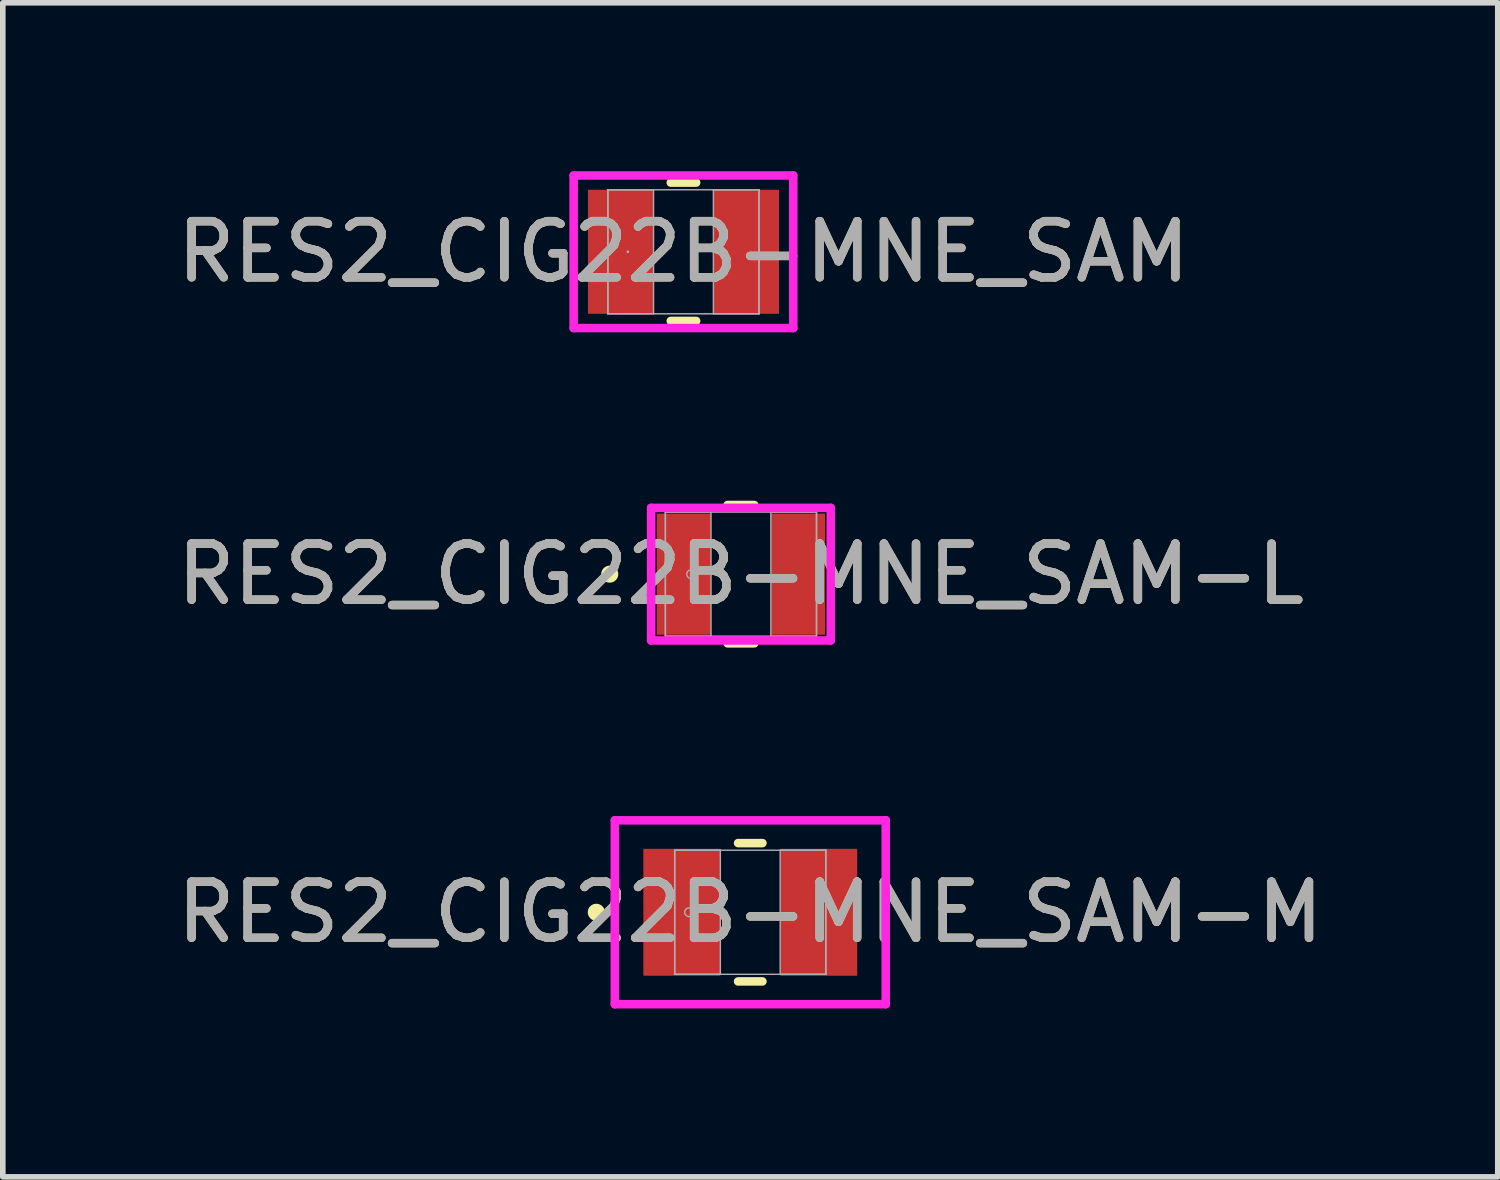
<source format=kicad_pcb>
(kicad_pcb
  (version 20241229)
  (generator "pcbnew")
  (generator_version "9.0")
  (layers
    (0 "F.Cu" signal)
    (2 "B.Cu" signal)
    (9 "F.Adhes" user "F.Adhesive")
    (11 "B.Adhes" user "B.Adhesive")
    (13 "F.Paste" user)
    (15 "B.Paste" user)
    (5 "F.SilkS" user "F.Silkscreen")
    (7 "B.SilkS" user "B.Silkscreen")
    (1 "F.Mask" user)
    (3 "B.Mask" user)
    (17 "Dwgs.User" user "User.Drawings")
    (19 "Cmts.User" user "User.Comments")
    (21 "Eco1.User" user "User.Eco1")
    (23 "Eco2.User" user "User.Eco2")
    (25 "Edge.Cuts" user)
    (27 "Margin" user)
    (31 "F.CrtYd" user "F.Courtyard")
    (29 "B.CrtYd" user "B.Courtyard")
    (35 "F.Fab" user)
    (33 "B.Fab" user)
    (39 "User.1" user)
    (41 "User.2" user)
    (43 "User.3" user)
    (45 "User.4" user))
  (footprint "RES2_CIG22B-MNE_SAM-L"
    (layer "F.Cu")
    (at 10.149 7.178)
    (property "Reference" "RES2_CIG22B-MNE_SAM-L" (at 0 0 0) (unlocked yes) (layer "F.SilkS") (effects (font (size 1 1) (thickness 0.15))))
    (attr smd)
    (fp_line (start -0.238 1.232) (end 0.238 1.232) (stroke (width 0.152) (type solid)) (layer "F.SilkS"))
    (fp_line (start 0.238 -1.232) (end -0.238 -1.232) (stroke (width 0.152) (type solid)) (layer "F.SilkS"))
    (fp_circle (center -2.337 0) (end -2.261 0) (stroke (width 0.152) (type solid)) (fill no) (layer "F.SilkS"))
    (fp_line (start -1.6 -1.181) (end 1.6 -1.181) (stroke (width 0.152) (type solid)) (layer "F.CrtYd"))
    (fp_line (start -1.6 1.181) (end -1.6 -1.181) (stroke (width 0.152) (type solid)) (layer "F.CrtYd"))
    (fp_line (start 1.6 -1.181) (end 1.6 1.181) (stroke (width 0.152) (type solid)) (layer "F.CrtYd"))
    (fp_line (start 1.6 1.181) (end -1.6 1.181) (stroke (width 0.152) (type solid)) (layer "F.CrtYd"))
    (fp_line (start -1.346 -1.105) (end -1.346 1.105) (stroke (width 0.025) (type solid)) (layer "F.Fab"))
    (fp_line (start -1.346 -1.105) (end -1.346 1.105) (stroke (width 0.025) (type solid)) (layer "F.Fab"))
    (fp_line (start -1.346 1.105) (end -0.533 1.105) (stroke (width 0.025) (type solid)) (layer "F.Fab"))
    (fp_line (start -1.346 1.105) (end 1.346 1.105) (stroke (width 0.025) (type solid)) (layer "F.Fab"))
    (fp_line (start -0.533 -1.105) (end -1.346 -1.105) (stroke (width 0.025) (type solid)) (layer "F.Fab"))
    (fp_line (start -0.533 1.105) (end -0.533 -1.105) (stroke (width 0.025) (type solid)) (layer "F.Fab"))
    (fp_line (start 0.533 -1.105) (end 0.533 1.105) (stroke (width 0.025) (type solid)) (layer "F.Fab"))
    (fp_line (start 0.533 1.105) (end 1.346 1.105) (stroke (width 0.025) (type solid)) (layer "F.Fab"))
    (fp_line (start 1.346 -1.105) (end -1.346 -1.105) (stroke (width 0.025) (type solid)) (layer "F.Fab"))
    (fp_line (start 1.346 -1.105) (end 0.533 -1.105) (stroke (width 0.025) (type solid)) (layer "F.Fab"))
    (fp_line (start 1.346 1.105) (end 1.346 -1.105) (stroke (width 0.025) (type solid)) (layer "F.Fab"))
    (fp_line (start 1.346 1.105) (end 1.346 -1.105) (stroke (width 0.025) (type solid)) (layer "F.Fab"))
    (fp_circle (center -0.889 0) (end -0.813 0) (stroke (width 0.025) (type solid)) (fill no) (layer "F.Fab"))
    (fp_text user "${REFERENCE}" (at 0 0 0) (unlocked yes) (layer "F.Fab") (effects (font (size 1 1) (thickness 0.15))))
    (pad "1" smd rect (at -1.016 0) (size 0.965 2.159) (layers "F.Cu" "F.Mask" "F.Paste"))
    (pad "2" smd rect (at 1.016 0) (size 0.965 2.159) (layers "F.Cu" "F.Mask" "F.Paste"))
    (zone (net_name "") (layer "F.Cu") (hatch full 0.508) (connect_pads) (min_thickness 0.254) (filled_areas_thickness no) (keepout (tracks not_allowed) (vias not_allowed) (pads allowed) (copperpour not_allowed) (footprints allowed)) (placement (enabled no)) (fill) (polygon (pts (xy 9.666 6.124) (xy 10.631 6.124) (xy 10.631 8.232) (xy 9.666 8.232)))))
  (footprint "RES2_CIG22B-MNE_SAM"
    (layer "F.Cu")
    (at 9.125 1.435)
    (property "Reference" "RES2_CIG22B-MNE_SAM" (at 0 0 0) (unlocked yes) (layer "F.SilkS") (effects (font (size 1 1) (thickness 0.15))))
    (attr smd)
    (fp_line (start -0.226 1.232) (end 0.226 1.232) (stroke (width 0.152) (type solid)) (layer "F.SilkS"))
    (fp_line (start 0.226 -1.232) (end -0.226 -1.232) (stroke (width 0.152) (type solid)) (layer "F.SilkS"))
    (fp_line (start -1.956 -1.359) (end 1.956 -1.359) (stroke (width 0.152) (type solid)) (layer "F.CrtYd"))
    (fp_line (start -1.956 1.359) (end -1.956 -1.359) (stroke (width 0.152) (type solid)) (layer "F.CrtYd"))
    (fp_line (start 1.956 -1.359) (end 1.956 1.359) (stroke (width 0.152) (type solid)) (layer "F.CrtYd"))
    (fp_line (start 1.956 1.359) (end -1.956 1.359) (stroke (width 0.152) (type solid)) (layer "F.CrtYd"))
    (fp_line (start -1.346 -1.105) (end -1.346 1.105) (stroke (width 0.025) (type solid)) (layer "F.Fab"))
    (fp_line (start -1.346 -1.105) (end -1.346 1.105) (stroke (width 0.025) (type solid)) (layer "F.Fab"))
    (fp_line (start -1.346 1.105) (end -0.533 1.105) (stroke (width 0.025) (type solid)) (layer "F.Fab"))
    (fp_line (start -1.346 1.105) (end 1.346 1.105) (stroke (width 0.025) (type solid)) (layer "F.Fab"))
    (fp_line (start -0.533 -1.105) (end -1.346 -1.105) (stroke (width 0.025) (type solid)) (layer "F.Fab"))
    (fp_line (start -0.533 1.105) (end -0.533 -1.105) (stroke (width 0.025) (type solid)) (layer "F.Fab"))
    (fp_line (start 0.533 -1.105) (end 0.533 1.105) (stroke (width 0.025) (type solid)) (layer "F.Fab"))
    (fp_line (start 0.533 1.105) (end 1.346 1.105) (stroke (width 0.025) (type solid)) (layer "F.Fab"))
    (fp_line (start 1.346 -1.105) (end -1.346 -1.105) (stroke (width 0.025) (type solid)) (layer "F.Fab"))
    (fp_line (start 1.346 -1.105) (end 0.533 -1.105) (stroke (width 0.025) (type solid)) (layer "F.Fab"))
    (fp_line (start 1.346 1.105) (end 1.346 -1.105) (stroke (width 0.025) (type solid)) (layer "F.Fab"))
    (fp_line (start 1.346 1.105) (end 1.346 -1.105) (stroke (width 0.025) (type solid)) (layer "F.Fab"))
    (fp_circle (center -0.991 0) (end -0.991 0) (stroke (width 0.025) (type solid)) (fill no) (layer "F.Fab"))
    (fp_text user "${REFERENCE}" (at 0 0 0) (unlocked yes) (layer "F.Fab") (effects (font (size 1 1) (thickness 0.15))))
    (pad "1" smd rect (at -1.118 0) (size 1.168 2.21) (layers "F.Cu" "F.Mask" "F.Paste"))
    (pad "2" smd rect (at 1.118 0) (size 1.168 2.21) (layers "F.Cu" "F.Mask" "F.Paste"))
    (zone (net_name "") (layer "F.Cu") (hatch full 0.508) (connect_pads) (min_thickness 0.254) (filled_areas_thickness no) (keepout (tracks not_allowed) (vias not_allowed) (pads allowed) (copperpour not_allowed) (footprints allowed)) (placement (enabled no)) (fill) (polygon (pts (xy 8.642 0.381) (xy 9.608 0.381) (xy 9.608 2.489) (xy 8.642 2.489)))))
  (footprint "RES2_CIG22B-MNE_SAM-M"
    (layer "F.Cu")
    (at 10.315 13.201)
    (property "Reference" "RES2_CIG22B-MNE_SAM-M" (at 0 0 0) (unlocked yes) (layer "F.SilkS") (effects (font (size 1 1) (thickness 0.15))))
    (attr smd)
    (fp_line (start -0.217 1.232) (end 0.217 1.232) (stroke (width 0.152) (type solid)) (layer "F.SilkS"))
    (fp_line (start 0.217 -1.232) (end -0.217 -1.232) (stroke (width 0.152) (type solid)) (layer "F.SilkS"))
    (fp_circle (center -2.743 0) (end -2.667 0) (stroke (width 0.152) (type solid)) (fill no) (layer "F.SilkS"))
    (fp_line (start -2.413 -1.638) (end 2.413 -1.638) (stroke (width 0.152) (type solid)) (layer "F.CrtYd"))
    (fp_line (start -2.413 1.638) (end -2.413 -1.638) (stroke (width 0.152) (type solid)) (layer "F.CrtYd"))
    (fp_line (start 2.413 -1.638) (end 2.413 1.638) (stroke (width 0.152) (type solid)) (layer "F.CrtYd"))
    (fp_line (start 2.413 1.638) (end -2.413 1.638) (stroke (width 0.152) (type solid)) (layer "F.CrtYd"))
    (fp_line (start -1.346 -1.105) (end -1.346 1.105) (stroke (width 0.025) (type solid)) (layer "F.Fab"))
    (fp_line (start -1.346 -1.105) (end -1.346 1.105) (stroke (width 0.025) (type solid)) (layer "F.Fab"))
    (fp_line (start -1.346 1.105) (end -0.533 1.105) (stroke (width 0.025) (type solid)) (layer "F.Fab"))
    (fp_line (start -1.346 1.105) (end 1.346 1.105) (stroke (width 0.025) (type solid)) (layer "F.Fab"))
    (fp_line (start -0.533 -1.105) (end -1.346 -1.105) (stroke (width 0.025) (type solid)) (layer "F.Fab"))
    (fp_line (start -0.533 1.105) (end -0.533 -1.105) (stroke (width 0.025) (type solid)) (layer "F.Fab"))
    (fp_line (start 0.533 -1.105) (end 0.533 1.105) (stroke (width 0.025) (type solid)) (layer "F.Fab"))
    (fp_line (start 0.533 1.105) (end 1.346 1.105) (stroke (width 0.025) (type solid)) (layer "F.Fab"))
    (fp_line (start 1.346 -1.105) (end -1.346 -1.105) (stroke (width 0.025) (type solid)) (layer "F.Fab"))
    (fp_line (start 1.346 -1.105) (end 0.533 -1.105) (stroke (width 0.025) (type solid)) (layer "F.Fab"))
    (fp_line (start 1.346 1.105) (end 1.346 -1.105) (stroke (width 0.025) (type solid)) (layer "F.Fab"))
    (fp_line (start 1.346 1.105) (end 1.346 -1.105) (stroke (width 0.025) (type solid)) (layer "F.Fab"))
    (fp_circle (center -1.092 0) (end -1.016 0) (stroke (width 0.025) (type solid)) (fill no) (layer "F.Fab"))
    (fp_text user "${REFERENCE}" (at 0 0 0) (unlocked yes) (layer "F.Fab") (effects (font (size 1 1) (thickness 0.15))))
    (pad "1" smd rect (at -1.219 0) (size 1.372 2.261) (layers "F.Cu" "F.Mask" "F.Paste"))
    (pad "2" smd rect (at 1.219 0) (size 1.372 2.261) (layers "F.Cu" "F.Mask" "F.Paste"))
    (zone (net_name "") (layer "F.Cu") (hatch full 0.508) (connect_pads) (min_thickness 0.254) (filled_areas_thickness no) (keepout (tracks not_allowed) (vias not_allowed) (pads allowed) (copperpour not_allowed) (footprints allowed)) (placement (enabled no)) (fill) (polygon (pts (xy 9.833 12.147) (xy 10.798 12.147) (xy 10.798 14.255) (xy 9.833 14.255)))))
  (gr_rect
    (start -3 -3)
    (end 23.631 17.915)
    (stroke (width 0.1) (type default))
    (fill no)
    (layer "Edge.Cuts")))
</source>
